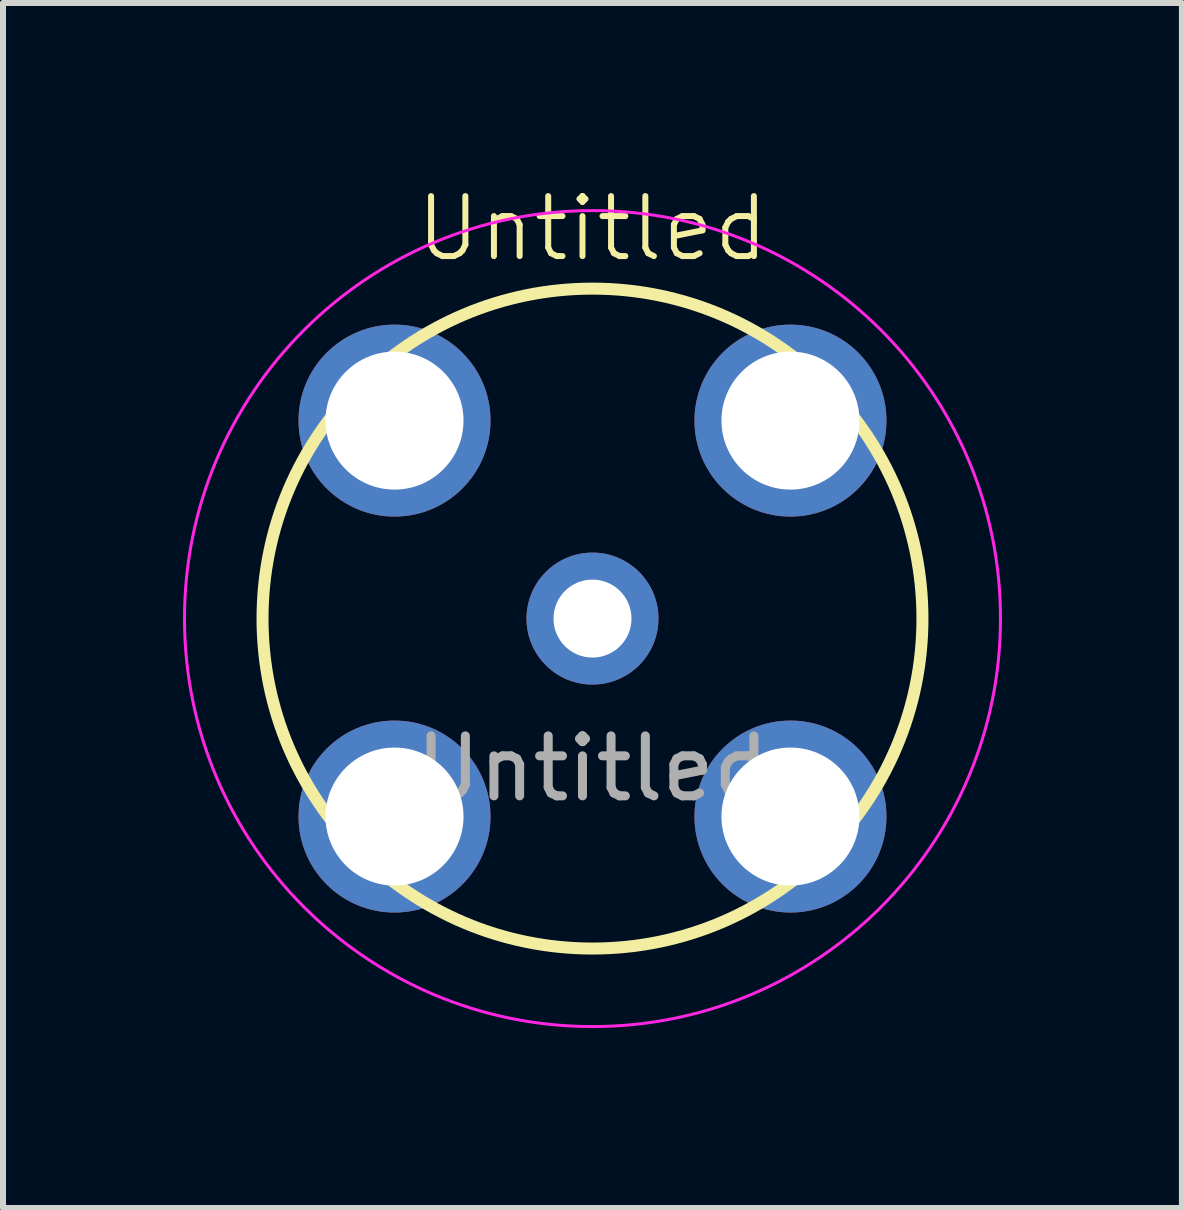
<source format=kicad_pcb>
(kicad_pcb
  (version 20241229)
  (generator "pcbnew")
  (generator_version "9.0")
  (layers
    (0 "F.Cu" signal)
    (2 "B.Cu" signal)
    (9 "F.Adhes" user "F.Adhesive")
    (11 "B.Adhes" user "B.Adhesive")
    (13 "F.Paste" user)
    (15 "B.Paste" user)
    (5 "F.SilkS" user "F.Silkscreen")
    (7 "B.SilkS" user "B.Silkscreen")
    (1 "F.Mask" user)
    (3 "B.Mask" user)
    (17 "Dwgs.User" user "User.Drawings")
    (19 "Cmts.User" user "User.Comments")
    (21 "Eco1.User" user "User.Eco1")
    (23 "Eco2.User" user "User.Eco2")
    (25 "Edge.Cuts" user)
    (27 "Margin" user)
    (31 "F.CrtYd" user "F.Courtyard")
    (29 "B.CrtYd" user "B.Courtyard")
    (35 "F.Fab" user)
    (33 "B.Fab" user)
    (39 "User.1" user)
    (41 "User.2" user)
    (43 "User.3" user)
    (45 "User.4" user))
  (footprint "Untitled"
    (layer "F.Cu")
    (at 6.826 7.261)
    (property "Reference" "Untitled" (at 0 -6.5 0) (unlocked yes) (layer "F.SilkS") (effects (font (size 1 1) (thickness 0.1))))
    (attr smd)
    (fp_circle (center 0 0) (end 5.5 0) (stroke (width 0.2) (type default)) (fill no) (layer "F.SilkS"))
    (fp_circle (center 0 0) (end 4 5.5) (stroke (width 0.05) (type default)) (fill no) (layer "F.CrtYd"))
    (fp_text user "${REFERENCE}" (at 0 2.5 0) (unlocked yes) (layer "F.Fab") (effects (font (size 1 1) (thickness 0.15))))
    (pad "1" thru_hole circle (at 0 0) (size 2.2 2.2) (drill 1.3) (layers "*.Cu" "*.Mask"))
    (pad "2" thru_hole circle (at -3.3 -3.3) (size 3.2 3.2) (drill 2.3) (layers "*.Cu" "*.Mask"))
    (pad "2" thru_hole circle (at -3.3 3.3) (size 3.2 3.2) (drill 2.3) (layers "*.Cu" "*.Mask"))
    (pad "2" thru_hole circle (at 3.3 -3.3) (size 3.2 3.2) (drill 2.3) (layers "*.Cu" "*.Mask"))
    (pad "2" thru_hole circle (at 3.3 3.3) (size 3.2 3.2) (drill 2.3) (layers "*.Cu" "*.Mask")))
  (gr_rect
    (start -3 -3)
    (end 16.651 17.086)
    (stroke (width 0.1) (type default))
    (fill no)
    (layer "Edge.Cuts")))
</source>
